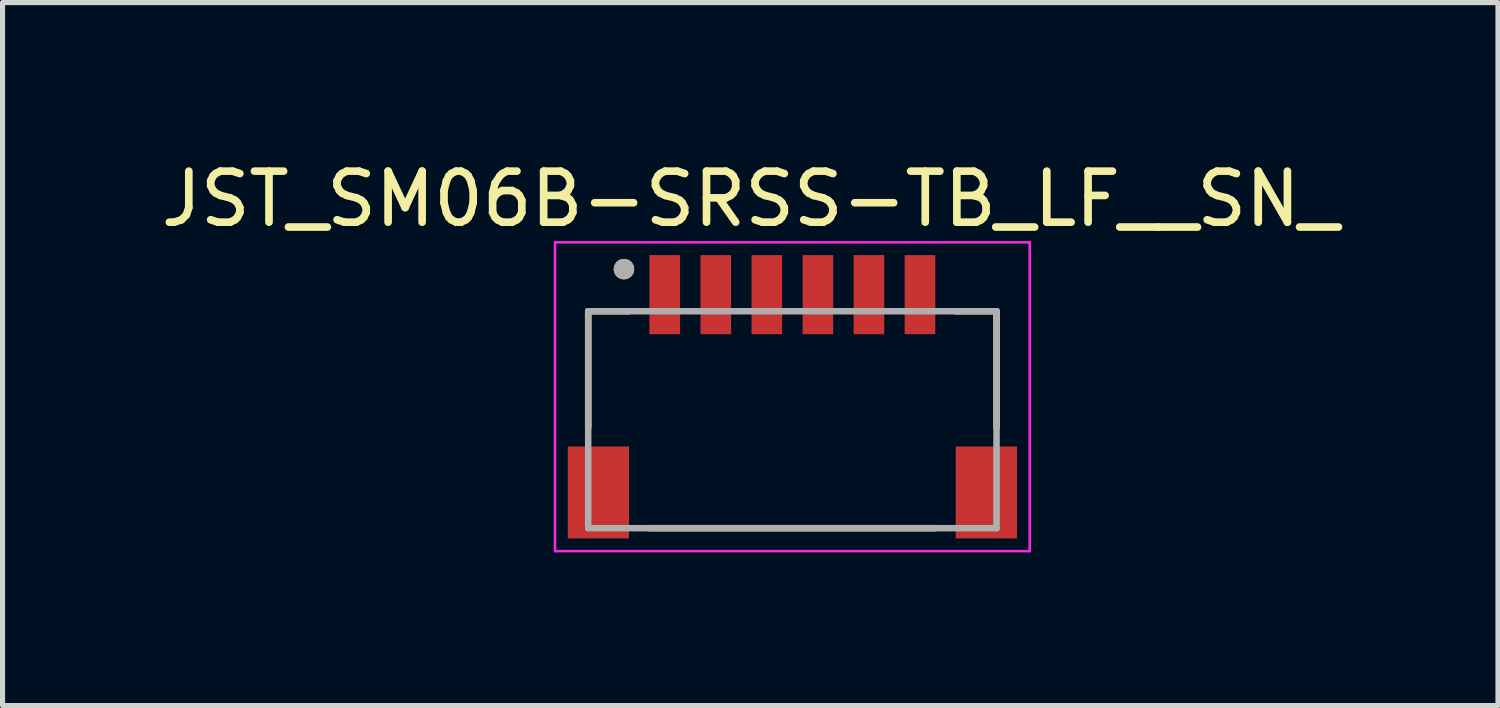
<source format=kicad_pcb>
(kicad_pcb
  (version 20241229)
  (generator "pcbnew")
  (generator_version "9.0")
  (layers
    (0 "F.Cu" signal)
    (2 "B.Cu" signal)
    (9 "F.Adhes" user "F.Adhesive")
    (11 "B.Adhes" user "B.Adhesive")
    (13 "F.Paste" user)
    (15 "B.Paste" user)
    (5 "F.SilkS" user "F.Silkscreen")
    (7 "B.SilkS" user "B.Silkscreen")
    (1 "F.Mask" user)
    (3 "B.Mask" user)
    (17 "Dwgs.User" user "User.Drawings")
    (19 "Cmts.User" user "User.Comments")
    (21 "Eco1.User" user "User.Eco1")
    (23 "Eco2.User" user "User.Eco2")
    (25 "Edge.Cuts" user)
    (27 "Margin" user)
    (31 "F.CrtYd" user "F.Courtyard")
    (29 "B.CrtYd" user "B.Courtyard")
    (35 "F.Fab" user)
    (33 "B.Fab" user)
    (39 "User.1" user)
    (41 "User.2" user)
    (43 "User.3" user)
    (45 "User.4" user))
  (footprint "JST_SM06B-SRSS-TB_LF__SN_"
    (layer "F.Cu")
    (at 12.474 2.723)
    (property "Reference" "JST_SM06B-SRSS-TB_LF__SN_" (at -0.825 -1.875 0) (layer "F.SilkS") (effects (font (size 1 1) (thickness 0.15))))
    (attr smd)
    (fp_line (start -4 0.325) (end -4 2.6) (stroke (width 0.127) (type solid)) (layer "F.SilkS"))
    (fp_line (start -3.2 0.325) (end -4 0.325) (stroke (width 0.127) (type solid)) (layer "F.SilkS"))
    (fp_line (start -2.8 4.575) (end 2.8 4.575) (stroke (width 0.127) (type solid)) (layer "F.SilkS"))
    (fp_line (start 3.2 0.325) (end 4 0.325) (stroke (width 0.127) (type solid)) (layer "F.SilkS"))
    (fp_line (start 4 0.325) (end 4 2.6) (stroke (width 0.127) (type solid)) (layer "F.SilkS"))
    (fp_circle (center -3.3 -0.5) (end -3.2 -0.5) (stroke (width 0.2) (type solid)) (fill no) (layer "F.SilkS"))
    (fp_line (start -4.65 -1.025) (end 4.65 -1.025) (stroke (width 0.05) (type solid)) (layer "F.CrtYd"))
    (fp_line (start -4.65 5.025) (end -4.65 -1.025) (stroke (width 0.05) (type solid)) (layer "F.CrtYd"))
    (fp_line (start 4.65 -1.025) (end 4.65 5.025) (stroke (width 0.05) (type solid)) (layer "F.CrtYd"))
    (fp_line (start 4.65 5.025) (end -4.65 5.025) (stroke (width 0.05) (type solid)) (layer "F.CrtYd"))
    (fp_line (start -4 0.325) (end 4 0.325) (stroke (width 0.127) (type solid)) (layer "F.Fab"))
    (fp_line (start -4 4.575) (end -4 0.325) (stroke (width 0.127) (type solid)) (layer "F.Fab"))
    (fp_line (start 4 0.325) (end 4 4.575) (stroke (width 0.127) (type solid)) (layer "F.Fab"))
    (fp_line (start 4 4.575) (end -4 4.575) (stroke (width 0.127) (type solid)) (layer "F.Fab"))
    (fp_circle (center -3.3 -0.5) (end -3.2 -0.5) (stroke (width 0.2) (type solid)) (fill no) (layer "F.Fab"))
    (pad "1" smd rect (at -2.5 0 180) (size 0.6 1.55) (layers "F.Cu" "F.Mask" "F.Paste"))
    (pad "2" smd rect (at -1.5 0 180) (size 0.6 1.55) (layers "F.Cu" "F.Mask" "F.Paste"))
    (pad "3" smd rect (at -0.5 0 180) (size 0.6 1.55) (layers "F.Cu" "F.Mask" "F.Paste"))
    (pad "4" smd rect (at 0.5 0 180) (size 0.6 1.55) (layers "F.Cu" "F.Mask" "F.Paste"))
    (pad "5" smd rect (at 1.5 0 180) (size 0.6 1.55) (layers "F.Cu" "F.Mask" "F.Paste"))
    (pad "6" smd rect (at 2.5 0 180) (size 0.6 1.55) (layers "F.Cu" "F.Mask" "F.Paste"))
    (pad "S1" smd rect (at -3.8 3.875) (size 1.2 1.8) (layers "F.Cu" "F.Mask" "F.Paste"))
    (pad "S2" smd rect (at 3.8 3.875) (size 1.2 1.8) (layers "F.Cu" "F.Mask" "F.Paste")))
  (gr_rect
    (start -3 -3)
    (end 26.298 10.773)
    (stroke (width 0.1) (type default))
    (fill no)
    (layer "Edge.Cuts")))
</source>
